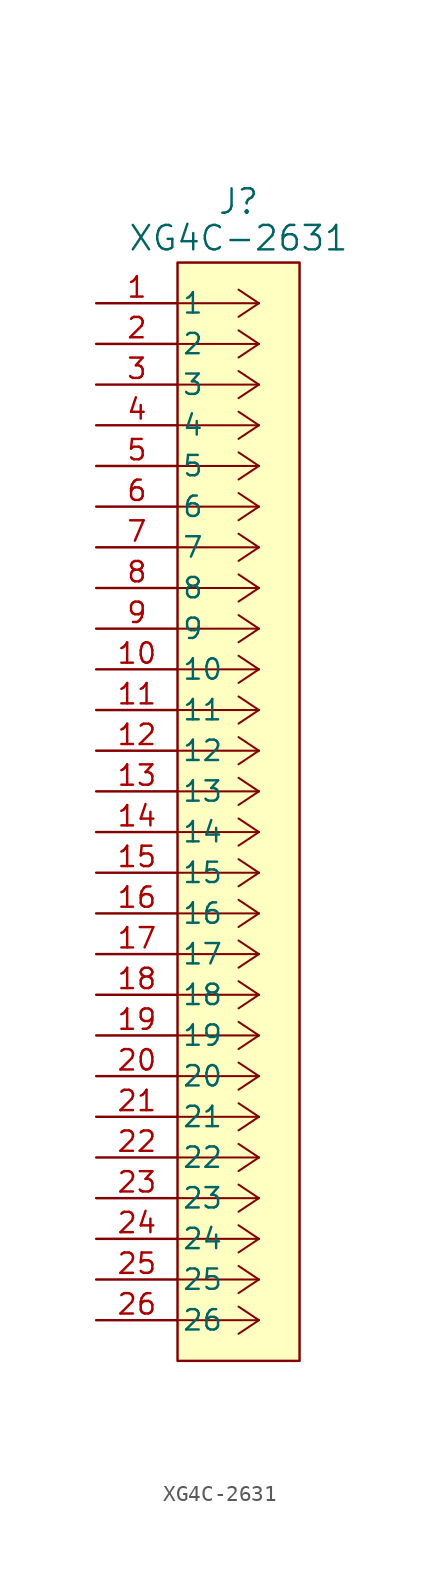
<source format=kicad_sym>
(kicad_symbol_lib
  (version 20241209)
  (generator "kicad_symbol_editor")
  (generator_version "9.0")
  (symbol "XG4C-2631"
    (pin_names
      (offset 0.254))
    (property "Reference" "J"
      (at 8.89 6.35 0)
      (effects (font (size 1.524 1.524))))
    (property "Value" "XG4C-2631"
      (at 8.89 4.064 0)
      (effects (font (size 1.524 1.524))))
    (symbol "XG4C-2631_0_1"
      (polyline (pts (xy 10.16 0) (xy 5.08 0)) (stroke (width 0.127) (type default)) (fill (type none)))
      (polyline (pts (xy 10.16 0) (xy 8.89 0.847)) (stroke (width 0.127) (type default)) (fill (type none)))
      (polyline (pts (xy 10.16 0) (xy 8.89 -0.847)) (stroke (width 0.127) (type default)) (fill (type none)))
      (polyline (pts (xy 10.16 -2.54) (xy 5.08 -2.54)) (stroke (width 0.127) (type default)) (fill (type none)))
      (polyline (pts (xy 10.16 -2.54) (xy 8.89 -1.693)) (stroke (width 0.127) (type default)) (fill (type none)))
      (polyline (pts (xy 10.16 -2.54) (xy 8.89 -3.387)) (stroke (width 0.127) (type default)) (fill (type none)))
      (polyline (pts (xy 10.16 -5.08) (xy 5.08 -5.08)) (stroke (width 0.127) (type default)) (fill (type none)))
      (polyline (pts (xy 10.16 -5.08) (xy 8.89 -4.233)) (stroke (width 0.127) (type default)) (fill (type none)))
      (polyline (pts (xy 10.16 -5.08) (xy 8.89 -5.927)) (stroke (width 0.127) (type default)) (fill (type none)))
      (polyline (pts (xy 10.16 -7.62) (xy 5.08 -7.62)) (stroke (width 0.127) (type default)) (fill (type none)))
      (polyline (pts (xy 10.16 -7.62) (xy 8.89 -6.773)) (stroke (width 0.127) (type default)) (fill (type none)))
      (polyline (pts (xy 10.16 -7.62) (xy 8.89 -8.467)) (stroke (width 0.127) (type default)) (fill (type none)))
      (polyline (pts (xy 10.16 -10.16) (xy 5.08 -10.16)) (stroke (width 0.127) (type default)) (fill (type none)))
      (polyline (pts (xy 10.16 -10.16) (xy 8.89 -9.313)) (stroke (width 0.127) (type default)) (fill (type none)))
      (polyline (pts (xy 10.16 -10.16) (xy 8.89 -11.007)) (stroke (width 0.127) (type default)) (fill (type none)))
      (polyline (pts (xy 10.16 -12.7) (xy 5.08 -12.7)) (stroke (width 0.127) (type default)) (fill (type none)))
      (polyline (pts (xy 10.16 -12.7) (xy 8.89 -11.853)) (stroke (width 0.127) (type default)) (fill (type none)))
      (polyline (pts (xy 10.16 -12.7) (xy 8.89 -13.547)) (stroke (width 0.127) (type default)) (fill (type none)))
      (polyline (pts (xy 10.16 -15.24) (xy 5.08 -15.24)) (stroke (width 0.127) (type default)) (fill (type none)))
      (polyline (pts (xy 10.16 -15.24) (xy 8.89 -14.393)) (stroke (width 0.127) (type default)) (fill (type none)))
      (polyline (pts (xy 10.16 -15.24) (xy 8.89 -16.087)) (stroke (width 0.127) (type default)) (fill (type none)))
      (polyline (pts (xy 10.16 -17.78) (xy 5.08 -17.78)) (stroke (width 0.127) (type default)) (fill (type none)))
      (polyline (pts (xy 10.16 -17.78) (xy 8.89 -16.933)) (stroke (width 0.127) (type default)) (fill (type none)))
      (polyline (pts (xy 10.16 -17.78) (xy 8.89 -18.627)) (stroke (width 0.127) (type default)) (fill (type none)))
      (polyline (pts (xy 10.16 -20.32) (xy 5.08 -20.32)) (stroke (width 0.127) (type default)) (fill (type none)))
      (polyline (pts (xy 10.16 -20.32) (xy 8.89 -19.473)) (stroke (width 0.127) (type default)) (fill (type none)))
      (polyline (pts (xy 10.16 -20.32) (xy 8.89 -21.167)) (stroke (width 0.127) (type default)) (fill (type none)))
      (polyline (pts (xy 10.16 -22.86) (xy 5.08 -22.86)) (stroke (width 0.127) (type default)) (fill (type none)))
      (polyline (pts (xy 10.16 -22.86) (xy 8.89 -22.013)) (stroke (width 0.127) (type default)) (fill (type none)))
      (polyline (pts (xy 10.16 -22.86) (xy 8.89 -23.707)) (stroke (width 0.127) (type default)) (fill (type none)))
      (polyline (pts (xy 10.16 -25.4) (xy 5.08 -25.4)) (stroke (width 0.127) (type default)) (fill (type none)))
      (polyline (pts (xy 10.16 -25.4) (xy 8.89 -24.553)) (stroke (width 0.127) (type default)) (fill (type none)))
      (polyline (pts (xy 10.16 -25.4) (xy 8.89 -26.247)) (stroke (width 0.127) (type default)) (fill (type none)))
      (polyline (pts (xy 10.16 -27.94) (xy 5.08 -27.94)) (stroke (width 0.127) (type default)) (fill (type none)))
      (polyline (pts (xy 10.16 -27.94) (xy 8.89 -27.093)) (stroke (width 0.127) (type default)) (fill (type none)))
      (polyline (pts (xy 10.16 -27.94) (xy 8.89 -28.787)) (stroke (width 0.127) (type default)) (fill (type none)))
      (polyline (pts (xy 10.16 -30.48) (xy 5.08 -30.48)) (stroke (width 0.127) (type default)) (fill (type none)))
      (polyline (pts (xy 10.16 -30.48) (xy 8.89 -29.633)) (stroke (width 0.127) (type default)) (fill (type none)))
      (polyline (pts (xy 10.16 -30.48) (xy 8.89 -31.327)) (stroke (width 0.127) (type default)) (fill (type none)))
      (polyline (pts (xy 10.16 -33.02) (xy 5.08 -33.02)) (stroke (width 0.127) (type default)) (fill (type none)))
      (polyline (pts (xy 10.16 -33.02) (xy 8.89 -32.173)) (stroke (width 0.127) (type default)) (fill (type none)))
      (polyline (pts (xy 10.16 -33.02) (xy 8.89 -33.867)) (stroke (width 0.127) (type default)) (fill (type none)))
      (polyline (pts (xy 10.16 -35.56) (xy 5.08 -35.56)) (stroke (width 0.127) (type default)) (fill (type none)))
      (polyline (pts (xy 10.16 -35.56) (xy 8.89 -34.713)) (stroke (width 0.127) (type default)) (fill (type none)))
      (polyline (pts (xy 10.16 -35.56) (xy 8.89 -36.407)) (stroke (width 0.127) (type default)) (fill (type none)))
      (polyline (pts (xy 10.16 -38.1) (xy 5.08 -38.1)) (stroke (width 0.127) (type default)) (fill (type none)))
      (polyline (pts (xy 10.16 -38.1) (xy 8.89 -37.253)) (stroke (width 0.127) (type default)) (fill (type none)))
      (polyline (pts (xy 10.16 -38.1) (xy 8.89 -38.947)) (stroke (width 0.127) (type default)) (fill (type none)))
      (polyline (pts (xy 10.16 -40.64) (xy 5.08 -40.64)) (stroke (width 0.127) (type default)) (fill (type none)))
      (polyline (pts (xy 10.16 -40.64) (xy 8.89 -39.793)) (stroke (width 0.127) (type default)) (fill (type none)))
      (polyline (pts (xy 10.16 -40.64) (xy 8.89 -41.487)) (stroke (width 0.127) (type default)) (fill (type none)))
      (polyline (pts (xy 10.16 -43.18) (xy 5.08 -43.18)) (stroke (width 0.127) (type default)) (fill (type none)))
      (polyline (pts (xy 10.16 -43.18) (xy 8.89 -42.333)) (stroke (width 0.127) (type default)) (fill (type none)))
      (polyline (pts (xy 10.16 -43.18) (xy 8.89 -44.027)) (stroke (width 0.127) (type default)) (fill (type none)))
      (polyline (pts (xy 10.16 -45.72) (xy 5.08 -45.72)) (stroke (width 0.127) (type default)) (fill (type none)))
      (polyline (pts (xy 10.16 -45.72) (xy 8.89 -44.873)) (stroke (width 0.127) (type default)) (fill (type none)))
      (polyline (pts (xy 10.16 -45.72) (xy 8.89 -46.567)) (stroke (width 0.127) (type default)) (fill (type none)))
      (polyline (pts (xy 10.16 -48.26) (xy 5.08 -48.26)) (stroke (width 0.127) (type default)) (fill (type none)))
      (polyline (pts (xy 10.16 -48.26) (xy 8.89 -47.413)) (stroke (width 0.127) (type default)) (fill (type none)))
      (polyline (pts (xy 10.16 -48.26) (xy 8.89 -49.107)) (stroke (width 0.127) (type default)) (fill (type none)))
      (polyline (pts (xy 10.16 -50.8) (xy 5.08 -50.8)) (stroke (width 0.127) (type default)) (fill (type none)))
      (polyline (pts (xy 10.16 -50.8) (xy 8.89 -49.953)) (stroke (width 0.127) (type default)) (fill (type none)))
      (polyline (pts (xy 10.16 -50.8) (xy 8.89 -51.647)) (stroke (width 0.127) (type default)) (fill (type none)))
      (polyline (pts (xy 10.16 -53.34) (xy 5.08 -53.34)) (stroke (width 0.127) (type default)) (fill (type none)))
      (polyline (pts (xy 10.16 -53.34) (xy 8.89 -52.493)) (stroke (width 0.127) (type default)) (fill (type none)))
      (polyline (pts (xy 10.16 -53.34) (xy 8.89 -54.187)) (stroke (width 0.127) (type default)) (fill (type none)))
      (polyline (pts (xy 10.16 -55.88) (xy 5.08 -55.88)) (stroke (width 0.127) (type default)) (fill (type none)))
      (polyline (pts (xy 10.16 -55.88) (xy 8.89 -55.033)) (stroke (width 0.127) (type default)) (fill (type none)))
      (polyline (pts (xy 10.16 -55.88) (xy 8.89 -56.727)) (stroke (width 0.127) (type default)) (fill (type none)))
      (polyline (pts (xy 10.16 -58.42) (xy 5.08 -58.42)) (stroke (width 0.127) (type default)) (fill (type none)))
      (polyline (pts (xy 10.16 -58.42) (xy 8.89 -57.573)) (stroke (width 0.127) (type default)) (fill (type none)))
      (polyline (pts (xy 10.16 -58.42) (xy 8.89 -59.267)) (stroke (width 0.127) (type default)) (fill (type none)))
      (polyline (pts (xy 10.16 -60.96) (xy 5.08 -60.96)) (stroke (width 0.127) (type default)) (fill (type none)))
      (polyline (pts (xy 10.16 -60.96) (xy 8.89 -60.113)) (stroke (width 0.127) (type default)) (fill (type none)))
      (polyline (pts (xy 10.16 -60.96) (xy 8.89 -61.807)) (stroke (width 0.127) (type default)) (fill (type none)))
      (polyline (pts (xy 10.16 -63.5) (xy 5.08 -63.5)) (stroke (width 0.127) (type default)) (fill (type none)))
      (polyline (pts (xy 10.16 -63.5) (xy 8.89 -62.653)) (stroke (width 0.127) (type default)) (fill (type none)))
      (polyline (pts (xy 10.16 -63.5) (xy 8.89 -64.347)) (stroke (width 0.127) (type default)) (fill (type none)))
      (pin unspecified line (at 0 0 0) (length 5.08) (name "1" (effects (font (size 1.27 1.27)))) (number "1" (effects (font (size 1.27 1.27)))))
      (pin unspecified line (at 0 -2.54 0) (length 5.08) (name "2" (effects (font (size 1.27 1.27)))) (number "2" (effects (font (size 1.27 1.27)))))
      (pin unspecified line (at 0 -5.08 0) (length 5.08) (name "3" (effects (font (size 1.27 1.27)))) (number "3" (effects (font (size 1.27 1.27)))))
      (pin unspecified line (at 0 -7.62 0) (length 5.08) (name "4" (effects (font (size 1.27 1.27)))) (number "4" (effects (font (size 1.27 1.27)))))
      (pin unspecified line (at 0 -10.16 0) (length 5.08) (name "5" (effects (font (size 1.27 1.27)))) (number "5" (effects (font (size 1.27 1.27)))))
      (pin unspecified line (at 0 -12.7 0) (length 5.08) (name "6" (effects (font (size 1.27 1.27)))) (number "6" (effects (font (size 1.27 1.27)))))
      (pin unspecified line (at 0 -15.24 0) (length 5.08) (name "7" (effects (font (size 1.27 1.27)))) (number "7" (effects (font (size 1.27 1.27)))))
      (pin unspecified line (at 0 -17.78 0) (length 5.08) (name "8" (effects (font (size 1.27 1.27)))) (number "8" (effects (font (size 1.27 1.27)))))
      (pin unspecified line (at 0 -20.32 0) (length 5.08) (name "9" (effects (font (size 1.27 1.27)))) (number "9" (effects (font (size 1.27 1.27)))))
      (pin unspecified line (at 0 -22.86 0) (length 5.08) (name "10" (effects (font (size 1.27 1.27)))) (number "10" (effects (font (size 1.27 1.27)))))
      (pin unspecified line (at 0 -25.4 0) (length 5.08) (name "11" (effects (font (size 1.27 1.27)))) (number "11" (effects (font (size 1.27 1.27)))))
      (pin unspecified line (at 0 -27.94 0) (length 5.08) (name "12" (effects (font (size 1.27 1.27)))) (number "12" (effects (font (size 1.27 1.27)))))
      (pin unspecified line (at 0 -30.48 0) (length 5.08) (name "13" (effects (font (size 1.27 1.27)))) (number "13" (effects (font (size 1.27 1.27)))))
      (pin unspecified line (at 0 -33.02 0) (length 5.08) (name "14" (effects (font (size 1.27 1.27)))) (number "14" (effects (font (size 1.27 1.27)))))
      (pin unspecified line (at 0 -35.56 0) (length 5.08) (name "15" (effects (font (size 1.27 1.27)))) (number "15" (effects (font (size 1.27 1.27)))))
      (pin unspecified line (at 0 -38.1 0) (length 5.08) (name "16" (effects (font (size 1.27 1.27)))) (number "16" (effects (font (size 1.27 1.27)))))
      (pin unspecified line (at 0 -40.64 0) (length 5.08) (name "17" (effects (font (size 1.27 1.27)))) (number "17" (effects (font (size 1.27 1.27)))))
      (pin unspecified line (at 0 -43.18 0) (length 5.08) (name "18" (effects (font (size 1.27 1.27)))) (number "18" (effects (font (size 1.27 1.27)))))
      (pin unspecified line (at 0 -45.72 0) (length 5.08) (name "19" (effects (font (size 1.27 1.27)))) (number "19" (effects (font (size 1.27 1.27)))))
      (pin unspecified line (at 0 -48.26 0) (length 5.08) (name "20" (effects (font (size 1.27 1.27)))) (number "20" (effects (font (size 1.27 1.27)))))
      (pin unspecified line (at 0 -50.8 0) (length 5.08) (name "21" (effects (font (size 1.27 1.27)))) (number "21" (effects (font (size 1.27 1.27)))))
      (pin unspecified line (at 0 -53.34 0) (length 5.08) (name "22" (effects (font (size 1.27 1.27)))) (number "22" (effects (font (size 1.27 1.27)))))
      (pin unspecified line (at 0 -55.88 0) (length 5.08) (name "23" (effects (font (size 1.27 1.27)))) (number "23" (effects (font (size 1.27 1.27)))))
      (pin unspecified line (at 0 -58.42 0) (length 5.08) (name "24" (effects (font (size 1.27 1.27)))) (number "24" (effects (font (size 1.27 1.27)))))
      (pin unspecified line (at 0 -60.96 0) (length 5.08) (name "25" (effects (font (size 1.27 1.27)))) (number "25" (effects (font (size 1.27 1.27)))))
      (pin unspecified line (at 0 -63.5 0) (length 5.08) (name "26" (effects (font (size 1.27 1.27)))) (number "26" (effects (font (size 1.27 1.27))))))
    (symbol "XG4C-2631_1_1"
      (rectangle (start 5.08 2.54) (end 12.7 -66.04) (stroke (width 0) (type solid)) (fill (type background))))))
</source>
